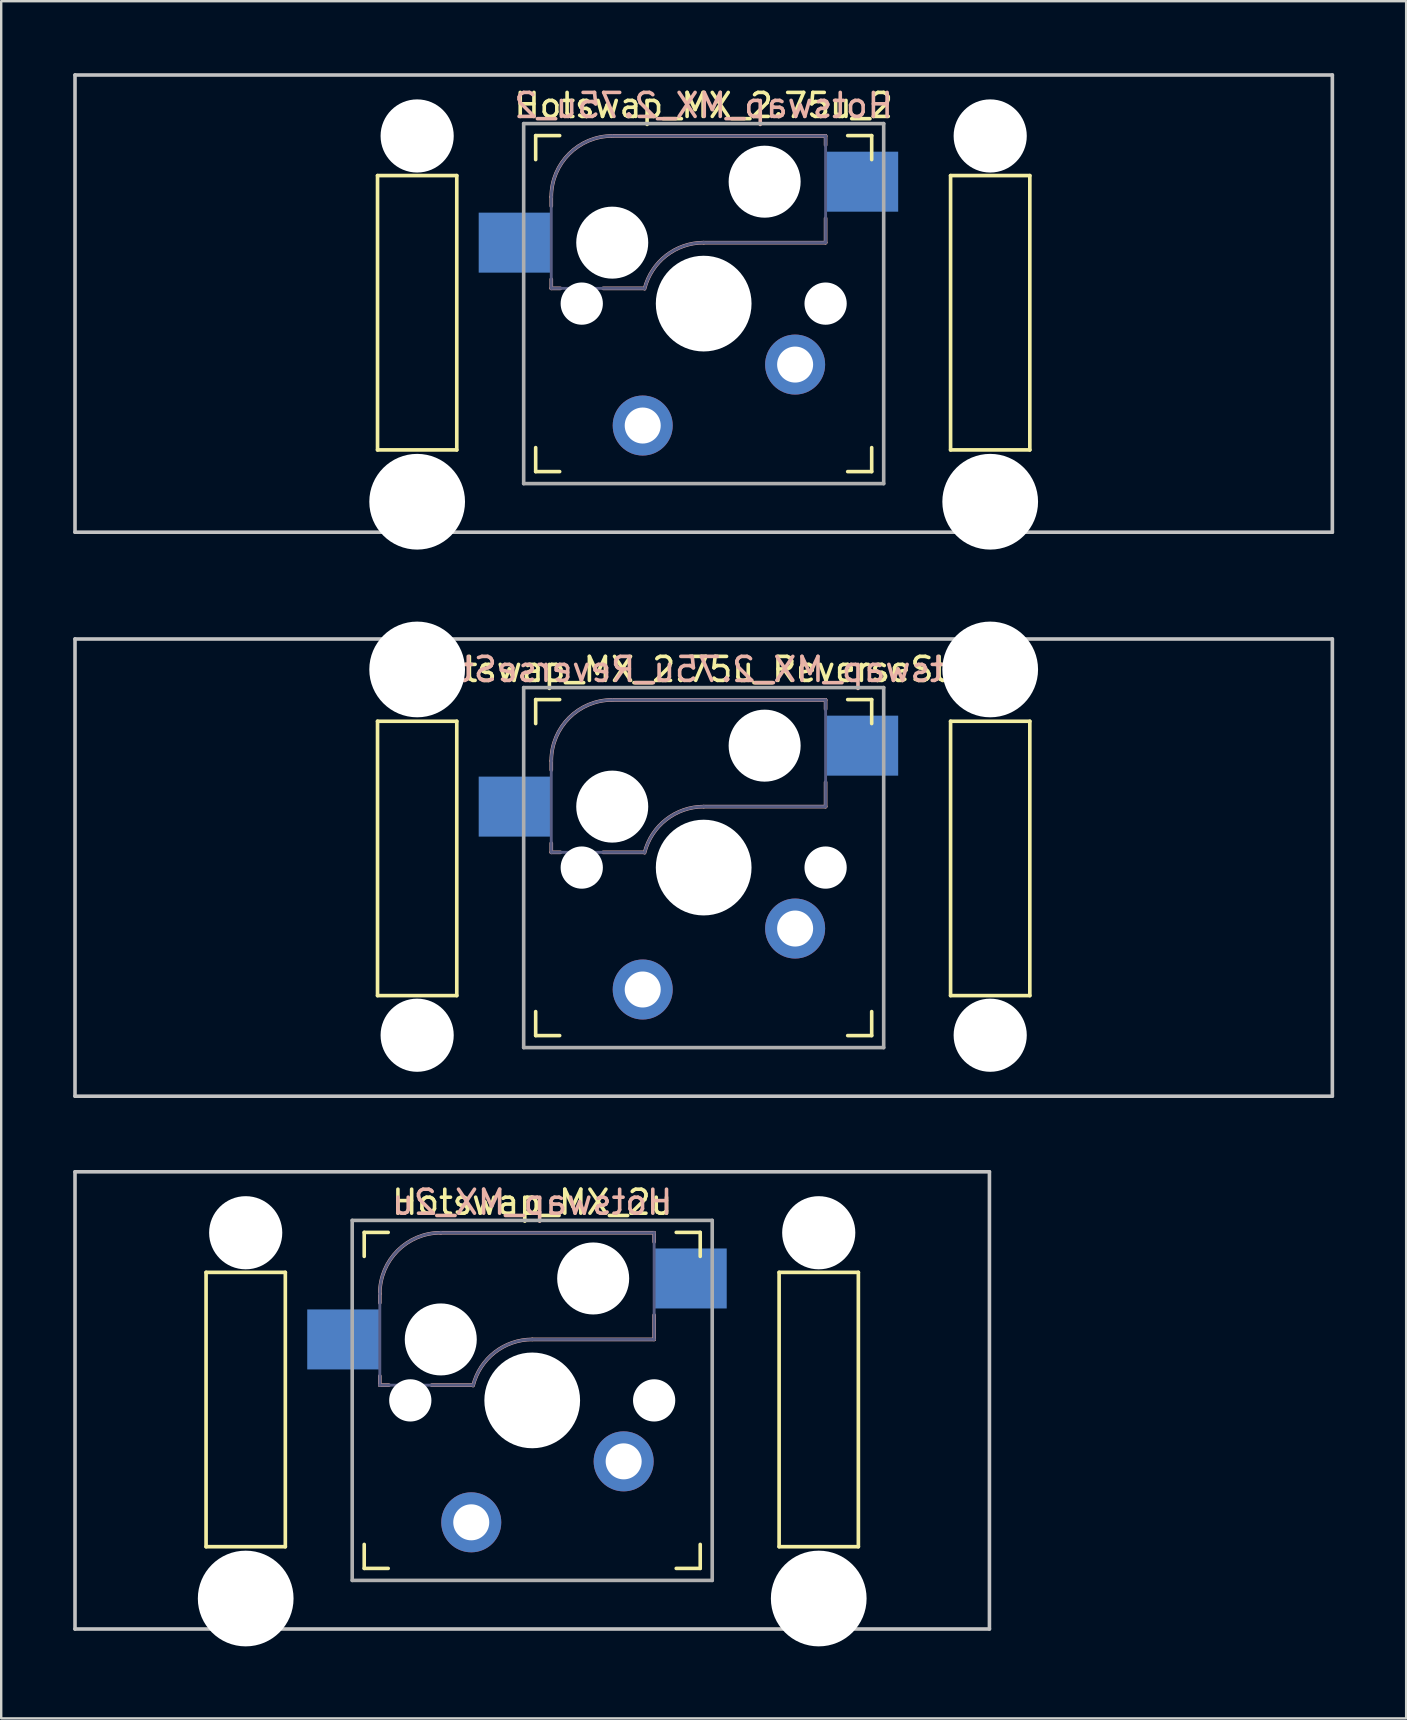
<source format=kicad_pcb>
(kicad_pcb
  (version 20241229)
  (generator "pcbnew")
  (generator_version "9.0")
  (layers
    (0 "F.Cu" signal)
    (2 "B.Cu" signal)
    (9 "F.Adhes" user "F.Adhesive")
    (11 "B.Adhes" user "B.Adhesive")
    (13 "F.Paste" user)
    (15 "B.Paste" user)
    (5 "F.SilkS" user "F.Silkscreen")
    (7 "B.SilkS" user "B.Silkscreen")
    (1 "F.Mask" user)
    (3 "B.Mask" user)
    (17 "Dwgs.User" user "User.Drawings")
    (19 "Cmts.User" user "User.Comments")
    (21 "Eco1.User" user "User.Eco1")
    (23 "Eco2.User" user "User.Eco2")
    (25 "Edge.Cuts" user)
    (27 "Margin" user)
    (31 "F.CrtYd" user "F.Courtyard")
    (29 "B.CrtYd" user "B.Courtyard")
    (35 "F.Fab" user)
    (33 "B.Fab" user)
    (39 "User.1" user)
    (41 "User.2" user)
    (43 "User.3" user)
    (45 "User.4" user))
  (footprint "Hotswap_MX_2.75u_ReverseStab"
    (layer "F.Cu")
    (at 26.269 33.098)
    (property "Reference" "Hotswap_MX_2.75u_ReverseStab" (at 0 -8.255 0) (layer "F.SilkS") (effects (font (size 1 1) (thickness 0.15))))
    (attr through_hole)
    (fp_line (start -13.589 -6.096) (end -13.589 5.334) (stroke (width 0.152) (type solid)) (layer "F.SilkS"))
    (fp_line (start -13.589 5.334) (end -10.287 5.334) (stroke (width 0.152) (type solid)) (layer "F.SilkS"))
    (fp_line (start -10.287 -6.096) (end -13.589 -6.096) (stroke (width 0.152) (type solid)) (layer "F.SilkS"))
    (fp_line (start -10.287 5.334) (end -10.287 -6.096) (stroke (width 0.152) (type solid)) (layer "F.SilkS"))
    (fp_line (start -7 -6) (end -7 -7) (stroke (width 0.15) (type solid)) (layer "F.SilkS"))
    (fp_line (start -7 7) (end -7 6) (stroke (width 0.15) (type solid)) (layer "F.SilkS"))
    (fp_line (start -7 7) (end -6 7) (stroke (width 0.15) (type solid)) (layer "F.SilkS"))
    (fp_line (start -6 -7) (end -7 -7) (stroke (width 0.15) (type solid)) (layer "F.SilkS"))
    (fp_line (start 6 7) (end 7 7) (stroke (width 0.15) (type solid)) (layer "F.SilkS"))
    (fp_line (start 7 -7) (end 6 -7) (stroke (width 0.15) (type solid)) (layer "F.SilkS"))
    (fp_line (start 7 -7) (end 7 -6) (stroke (width 0.15) (type solid)) (layer "F.SilkS"))
    (fp_line (start 7 6) (end 7 7) (stroke (width 0.15) (type solid)) (layer "F.SilkS"))
    (fp_line (start 10.287 -6.096) (end 10.287 5.334) (stroke (width 0.152) (type solid)) (layer "F.SilkS"))
    (fp_line (start 10.287 5.334) (end 13.589 5.334) (stroke (width 0.152) (type solid)) (layer "F.SilkS"))
    (fp_line (start 13.589 -6.096) (end 10.287 -6.096) (stroke (width 0.152) (type solid)) (layer "F.SilkS"))
    (fp_line (start 13.589 5.334) (end 13.589 -6.096) (stroke (width 0.152) (type solid)) (layer "F.SilkS"))
    (fp_line (start -6.35 -4.445) (end -6.35 -4.064) (stroke (width 0.15) (type solid)) (layer "B.SilkS"))
    (fp_line (start -6.35 -1.016) (end -6.35 -0.635) (stroke (width 0.15) (type solid)) (layer "B.SilkS"))
    (fp_line (start -6.35 -0.635) (end -5.969 -0.635) (stroke (width 0.15) (type solid)) (layer "B.SilkS"))
    (fp_line (start -4.191 -0.635) (end -2.54 -0.635) (stroke (width 0.15) (type solid)) (layer "B.SilkS"))
    (fp_line (start 0 -2.54) (end 5.08 -2.54) (stroke (width 0.15) (type solid)) (layer "B.SilkS"))
    (fp_line (start 5.08 -6.985) (end -3.81 -6.985) (stroke (width 0.15) (type solid)) (layer "B.SilkS"))
    (fp_line (start 5.08 -6.604) (end 5.08 -6.985) (stroke (width 0.15) (type solid)) (layer "B.SilkS"))
    (fp_line (start 5.08 -2.54) (end 5.08 -3.556) (stroke (width 0.15) (type solid)) (layer "B.SilkS"))
    (fp_arc (start -6.35 -4.445) (mid -5.606051 -6.241051) (end -3.81 -6.985) (stroke (width 0.15) (type solid)) (layer "B.SilkS"))
    (fp_arc (start -2.464162 -0.61604) (mid -1.563147 -2.002042) (end 0 -2.54) (stroke (width 0.15) (type solid)) (layer "B.SilkS"))
    (fp_line (start -26.194 -9.525) (end 26.194 -9.525) (stroke (width 0.15) (type solid)) (layer "Dwgs.User"))
    (fp_line (start -26.194 9.525) (end -26.194 -9.525) (stroke (width 0.15) (type solid)) (layer "Dwgs.User"))
    (fp_line (start 26.194 -9.525) (end 26.194 9.525) (stroke (width 0.15) (type solid)) (layer "Dwgs.User"))
    (fp_line (start 26.194 9.525) (end -26.194 9.525) (stroke (width 0.15) (type solid)) (layer "Dwgs.User"))
    (fp_line (start -6.9 6.9) (end -6.9 -6.9) (stroke (width 0.15) (type solid)) (layer "Eco2.User"))
    (fp_line (start -6.9 6.9) (end 6.9 6.9) (stroke (width 0.15) (type solid)) (layer "Eco2.User"))
    (fp_line (start 6.9 -6.9) (end -6.9 -6.9) (stroke (width 0.15) (type solid)) (layer "Eco2.User"))
    (fp_line (start 6.9 -6.9) (end 6.9 6.9) (stroke (width 0.15) (type solid)) (layer "Eco2.User"))
    (fp_line (start -6.35 -4.445) (end -6.35 -0.635) (stroke (width 0.12) (type solid)) (layer "B.Fab"))
    (fp_line (start -6.35 -0.635) (end -2.54 -0.635) (stroke (width 0.12) (type solid)) (layer "B.Fab"))
    (fp_line (start 0 -2.54) (end 5.08 -2.54) (stroke (width 0.12) (type solid)) (layer "B.Fab"))
    (fp_line (start 5.08 -6.985) (end -3.81 -6.985) (stroke (width 0.12) (type solid)) (layer "B.Fab"))
    (fp_line (start 5.08 -2.54) (end 5.08 -6.985) (stroke (width 0.12) (type solid)) (layer "B.Fab"))
    (fp_arc (start -6.35 -4.445) (mid -5.606051 -6.241051) (end -3.81 -6.985) (stroke (width 0.12) (type solid)) (layer "B.Fab"))
    (fp_arc (start -2.464162 -0.61604) (mid -1.563147 -2.002042) (end 0 -2.54) (stroke (width 0.12) (type solid)) (layer "B.Fab"))
    (fp_line (start -7.5 -7.5) (end 7.5 -7.5) (stroke (width 0.15) (type solid)) (layer "F.Fab"))
    (fp_line (start -7.5 7.5) (end -7.5 -7.5) (stroke (width 0.15) (type solid)) (layer "F.Fab"))
    (fp_line (start 7.5 -7.5) (end 7.5 7.5) (stroke (width 0.15) (type solid)) (layer "F.Fab"))
    (fp_line (start 7.5 7.5) (end -7.5 7.5) (stroke (width 0.15) (type solid)) (layer "F.Fab"))
    (fp_text user "${REFERENCE}" (at 0 -8.255 0) (layer "B.SilkS") (effects (font (size 1 1) (thickness 0.15)) (justify mirror)))
    (pad "" np_thru_hole circle (at -11.938 -8.255 180) (size 3.988 3.988) (drill 3.988) (layers "*.Cu" "*.Mask"))
    (pad "" np_thru_hole circle (at -11.938 6.985 180) (size 3.048 3.048) (drill 3.048) (layers "*.Cu" "*.Mask"))
    (pad "" np_thru_hole circle (at -5.08 0 180) (size 1.76 1.76) (drill 1.76) (layers "*.Cu" "*.Mask"))
    (pad "" np_thru_hole circle (at -3.81 -2.54 180) (size 3 3) (drill 3) (layers "*.Cu" "*.Mask"))
    (pad "" np_thru_hole circle (at 0 0 180) (size 3.988 3.988) (drill 3.988) (layers "*.Cu" "*.Mask"))
    (pad "" np_thru_hole circle (at 2.54 -5.08 180) (size 3 3) (drill 3) (layers "*.Cu" "*.Mask"))
    (pad "" np_thru_hole circle (at 5.08 0 180) (size 1.76 1.76) (drill 1.76) (layers "*.Cu" "*.Mask"))
    (pad "" np_thru_hole circle (at 11.938 -8.255 180) (size 3.988 3.988) (drill 3.988) (layers "*.Cu" "*.Mask"))
    (pad "" np_thru_hole circle (at 11.938 6.985 180) (size 3.048 3.048) (drill 3.048) (layers "*.Cu" "*.Mask"))
    (pad "1" smd rect (at -7.874 -2.54 180) (size 3 2.5) (layers "B.Cu" "B.Mask" "B.Paste"))
    (pad "1" thru_hole circle (at 3.81 2.54 180) (size 2.5 2.5) (drill 1.5) (layers "*.Cu" "B.Mask"))
    (pad "2" thru_hole circle (at -2.54 5.08 180) (size 2.5 2.5) (drill 1.5) (layers "*.Cu" "B.Mask"))
    (pad "2" smd rect (at 6.604 -5.08 180) (size 3 2.5) (layers "B.Cu" "B.Mask" "B.Paste")))
  (footprint "Hotswap_MX_2u"
    (layer "F.Cu")
    (at 19.125 55.298)
    (property "Reference" "Hotswap_MX_2u" (at 0 -8.255 0) (layer "F.SilkS") (effects (font (size 1 1) (thickness 0.15))))
    (attr through_hole)
    (fp_line (start -13.589 -5.334) (end -13.589 6.096) (stroke (width 0.152) (type solid)) (layer "F.SilkS"))
    (fp_line (start -13.589 6.096) (end -10.287 6.096) (stroke (width 0.152) (type solid)) (layer "F.SilkS"))
    (fp_line (start -10.287 -5.334) (end -13.589 -5.334) (stroke (width 0.152) (type solid)) (layer "F.SilkS"))
    (fp_line (start -10.287 6.096) (end -10.287 -5.334) (stroke (width 0.152) (type solid)) (layer "F.SilkS"))
    (fp_line (start -7 -6) (end -7 -7) (stroke (width 0.15) (type solid)) (layer "F.SilkS"))
    (fp_line (start -7 7) (end -7 6) (stroke (width 0.15) (type solid)) (layer "F.SilkS"))
    (fp_line (start -7 7) (end -6 7) (stroke (width 0.15) (type solid)) (layer "F.SilkS"))
    (fp_line (start -6 -7) (end -7 -7) (stroke (width 0.15) (type solid)) (layer "F.SilkS"))
    (fp_line (start 6 7) (end 7 7) (stroke (width 0.15) (type solid)) (layer "F.SilkS"))
    (fp_line (start 7 -7) (end 6 -7) (stroke (width 0.15) (type solid)) (layer "F.SilkS"))
    (fp_line (start 7 -7) (end 7 -6) (stroke (width 0.15) (type solid)) (layer "F.SilkS"))
    (fp_line (start 7 6) (end 7 7) (stroke (width 0.15) (type solid)) (layer "F.SilkS"))
    (fp_line (start 10.287 -5.334) (end 10.287 6.096) (stroke (width 0.152) (type solid)) (layer "F.SilkS"))
    (fp_line (start 10.287 6.096) (end 13.589 6.096) (stroke (width 0.152) (type solid)) (layer "F.SilkS"))
    (fp_line (start 13.589 -5.334) (end 10.287 -5.334) (stroke (width 0.152) (type solid)) (layer "F.SilkS"))
    (fp_line (start 13.589 6.096) (end 13.589 -5.334) (stroke (width 0.152) (type solid)) (layer "F.SilkS"))
    (fp_line (start -6.35 -4.445) (end -6.35 -4.064) (stroke (width 0.15) (type solid)) (layer "B.SilkS"))
    (fp_line (start -6.35 -1.016) (end -6.35 -0.635) (stroke (width 0.15) (type solid)) (layer "B.SilkS"))
    (fp_line (start -6.35 -0.635) (end -5.969 -0.635) (stroke (width 0.15) (type solid)) (layer "B.SilkS"))
    (fp_line (start -4.191 -0.635) (end -2.54 -0.635) (stroke (width 0.15) (type solid)) (layer "B.SilkS"))
    (fp_line (start 0 -2.54) (end 5.08 -2.54) (stroke (width 0.15) (type solid)) (layer "B.SilkS"))
    (fp_line (start 5.08 -6.985) (end -3.81 -6.985) (stroke (width 0.15) (type solid)) (layer "B.SilkS"))
    (fp_line (start 5.08 -6.604) (end 5.08 -6.985) (stroke (width 0.15) (type solid)) (layer "B.SilkS"))
    (fp_line (start 5.08 -2.54) (end 5.08 -3.556) (stroke (width 0.15) (type solid)) (layer "B.SilkS"))
    (fp_arc (start -6.35 -4.445) (mid -5.606051 -6.241051) (end -3.81 -6.985) (stroke (width 0.15) (type solid)) (layer "B.SilkS"))
    (fp_arc (start -2.464162 -0.61604) (mid -1.563147 -2.002042) (end 0 -2.54) (stroke (width 0.15) (type solid)) (layer "B.SilkS"))
    (fp_line (start -19.05 -9.525) (end 19.05 -9.525) (stroke (width 0.15) (type solid)) (layer "Dwgs.User"))
    (fp_line (start -19.05 9.525) (end -19.05 -9.525) (stroke (width 0.15) (type solid)) (layer "Dwgs.User"))
    (fp_line (start -19.05 9.525) (end 19.05 9.525) (stroke (width 0.15) (type solid)) (layer "Dwgs.User"))
    (fp_line (start 19.05 -9.525) (end 19.05 9.525) (stroke (width 0.15) (type solid)) (layer "Dwgs.User"))
    (fp_line (start -6.9 6.9) (end -6.9 -6.9) (stroke (width 0.15) (type solid)) (layer "Eco2.User"))
    (fp_line (start -6.9 6.9) (end 6.9 6.9) (stroke (width 0.15) (type solid)) (layer "Eco2.User"))
    (fp_line (start 6.9 -6.9) (end -6.9 -6.9) (stroke (width 0.15) (type solid)) (layer "Eco2.User"))
    (fp_line (start 6.9 -6.9) (end 6.9 6.9) (stroke (width 0.15) (type solid)) (layer "Eco2.User"))
    (fp_line (start -6.35 -4.445) (end -6.35 -0.635) (stroke (width 0.12) (type solid)) (layer "B.Fab"))
    (fp_line (start -6.35 -0.635) (end -2.54 -0.635) (stroke (width 0.12) (type solid)) (layer "B.Fab"))
    (fp_line (start 0 -2.54) (end 5.08 -2.54) (stroke (width 0.12) (type solid)) (layer "B.Fab"))
    (fp_line (start 5.08 -6.985) (end -3.81 -6.985) (stroke (width 0.12) (type solid)) (layer "B.Fab"))
    (fp_line (start 5.08 -2.54) (end 5.08 -6.985) (stroke (width 0.12) (type solid)) (layer "B.Fab"))
    (fp_arc (start -6.35 -4.445) (mid -5.606051 -6.241051) (end -3.81 -6.985) (stroke (width 0.12) (type solid)) (layer "B.Fab"))
    (fp_arc (start -2.464162 -0.61604) (mid -1.563147 -2.002042) (end 0 -2.54) (stroke (width 0.12) (type solid)) (layer "B.Fab"))
    (fp_line (start -7.5 -7.5) (end 7.5 -7.5) (stroke (width 0.15) (type solid)) (layer "F.Fab"))
    (fp_line (start -7.5 7.5) (end -7.5 -7.5) (stroke (width 0.15) (type solid)) (layer "F.Fab"))
    (fp_line (start 7.5 -7.5) (end 7.5 7.5) (stroke (width 0.15) (type solid)) (layer "F.Fab"))
    (fp_line (start 7.5 7.5) (end -7.5 7.5) (stroke (width 0.15) (type solid)) (layer "F.Fab"))
    (fp_text user "${REFERENCE}" (at 0 -8.255 0) (layer "B.SilkS") (effects (font (size 1 1) (thickness 0.15)) (justify mirror)))
    (pad "" np_thru_hole circle (at -11.938 -6.985) (size 3.048 3.048) (drill 3.048) (layers "*.Cu" "*.Mask"))
    (pad "" np_thru_hole circle (at -11.938 8.255) (size 3.988 3.988) (drill 3.988) (layers "*.Cu" "*.Mask"))
    (pad "" np_thru_hole circle (at -5.08 0 180) (size 1.76 1.76) (drill 1.76) (layers "*.Cu" "*.Mask"))
    (pad "" np_thru_hole circle (at -3.81 -2.54 180) (size 3 3) (drill 3) (layers "*.Cu" "*.Mask"))
    (pad "" np_thru_hole circle (at 0 0 180) (size 3.988 3.988) (drill 3.988) (layers "*.Cu" "*.Mask"))
    (pad "" np_thru_hole circle (at 2.54 -5.08 180) (size 3 3) (drill 3) (layers "*.Cu" "*.Mask"))
    (pad "" np_thru_hole circle (at 5.08 0 180) (size 1.76 1.76) (drill 1.76) (layers "*.Cu" "*.Mask"))
    (pad "" np_thru_hole circle (at 11.938 -6.985) (size 3.048 3.048) (drill 3.048) (layers "*.Cu" "*.Mask"))
    (pad "" np_thru_hole circle (at 11.938 8.255) (size 3.988 3.988) (drill 3.988) (layers "*.Cu" "*.Mask"))
    (pad "1" smd rect (at -7.874 -2.54 180) (size 3 2.5) (layers "B.Cu" "B.Mask" "B.Paste"))
    (pad "1" thru_hole circle (at 3.81 2.54 180) (size 2.5 2.5) (drill 1.5) (layers "*.Cu" "B.Mask"))
    (pad "2" thru_hole circle (at -2.54 5.08 180) (size 2.5 2.5) (drill 1.5) (layers "*.Cu" "B.Mask"))
    (pad "2" smd rect (at 6.604 -5.08 180) (size 3 2.5) (layers "B.Cu" "B.Mask" "B.Paste")))
  (footprint "Hotswap_MX_2.75u_2"
    (layer "F.Cu")
    (at 26.269 9.6)
    (property "Reference" "Hotswap_MX_2.75u_2" (at 0 -8.255 0) (layer "F.SilkS") (effects (font (size 1 1) (thickness 0.15))))
    (attr through_hole)
    (fp_line (start -13.589 -5.334) (end -13.589 6.096) (stroke (width 0.152) (type solid)) (layer "F.SilkS"))
    (fp_line (start -13.589 6.096) (end -10.287 6.096) (stroke (width 0.152) (type solid)) (layer "F.SilkS"))
    (fp_line (start -10.287 -5.334) (end -13.589 -5.334) (stroke (width 0.152) (type solid)) (layer "F.SilkS"))
    (fp_line (start -10.287 6.096) (end -10.287 -5.334) (stroke (width 0.152) (type solid)) (layer "F.SilkS"))
    (fp_line (start -7 -6) (end -7 -7) (stroke (width 0.15) (type solid)) (layer "F.SilkS"))
    (fp_line (start -7 7) (end -7 6) (stroke (width 0.15) (type solid)) (layer "F.SilkS"))
    (fp_line (start -7 7) (end -6 7) (stroke (width 0.15) (type solid)) (layer "F.SilkS"))
    (fp_line (start -6 -7) (end -7 -7) (stroke (width 0.15) (type solid)) (layer "F.SilkS"))
    (fp_line (start 6 7) (end 7 7) (stroke (width 0.15) (type solid)) (layer "F.SilkS"))
    (fp_line (start 7 -7) (end 6 -7) (stroke (width 0.15) (type solid)) (layer "F.SilkS"))
    (fp_line (start 7 -7) (end 7 -6) (stroke (width 0.15) (type solid)) (layer "F.SilkS"))
    (fp_line (start 7 6) (end 7 7) (stroke (width 0.15) (type solid)) (layer "F.SilkS"))
    (fp_line (start 10.287 -5.334) (end 10.287 6.096) (stroke (width 0.152) (type solid)) (layer "F.SilkS"))
    (fp_line (start 10.287 6.096) (end 13.589 6.096) (stroke (width 0.152) (type solid)) (layer "F.SilkS"))
    (fp_line (start 13.589 -5.334) (end 10.287 -5.334) (stroke (width 0.152) (type solid)) (layer "F.SilkS"))
    (fp_line (start 13.589 6.096) (end 13.589 -5.334) (stroke (width 0.152) (type solid)) (layer "F.SilkS"))
    (fp_line (start -6.35 -4.445) (end -6.35 -4.064) (stroke (width 0.15) (type solid)) (layer "B.SilkS"))
    (fp_line (start -6.35 -1.016) (end -6.35 -0.635) (stroke (width 0.15) (type solid)) (layer "B.SilkS"))
    (fp_line (start -6.35 -0.635) (end -5.969 -0.635) (stroke (width 0.15) (type solid)) (layer "B.SilkS"))
    (fp_line (start -4.191 -0.635) (end -2.54 -0.635) (stroke (width 0.15) (type solid)) (layer "B.SilkS"))
    (fp_line (start 0 -2.54) (end 5.08 -2.54) (stroke (width 0.15) (type solid)) (layer "B.SilkS"))
    (fp_line (start 5.08 -6.985) (end -3.81 -6.985) (stroke (width 0.15) (type solid)) (layer "B.SilkS"))
    (fp_line (start 5.08 -6.604) (end 5.08 -6.985) (stroke (width 0.15) (type solid)) (layer "B.SilkS"))
    (fp_line (start 5.08 -2.54) (end 5.08 -3.556) (stroke (width 0.15) (type solid)) (layer "B.SilkS"))
    (fp_arc (start -6.35 -4.445) (mid -5.606051 -6.241051) (end -3.81 -6.985) (stroke (width 0.15) (type solid)) (layer "B.SilkS"))
    (fp_arc (start -2.464162 -0.61604) (mid -1.563147 -2.002042) (end 0 -2.54) (stroke (width 0.15) (type solid)) (layer "B.SilkS"))
    (fp_line (start -26.194 -9.525) (end 26.194 -9.525) (stroke (width 0.15) (type solid)) (layer "Dwgs.User"))
    (fp_line (start -26.194 9.525) (end -26.194 -9.525) (stroke (width 0.15) (type solid)) (layer "Dwgs.User"))
    (fp_line (start -26.194 9.525) (end 26.194 9.525) (stroke (width 0.15) (type solid)) (layer "Dwgs.User"))
    (fp_line (start 26.194 -9.525) (end 26.194 9.525) (stroke (width 0.15) (type solid)) (layer "Dwgs.User"))
    (fp_line (start -6.9 6.9) (end -6.9 -6.9) (stroke (width 0.15) (type solid)) (layer "Eco2.User"))
    (fp_line (start -6.9 6.9) (end 6.9 6.9) (stroke (width 0.15) (type solid)) (layer "Eco2.User"))
    (fp_line (start 6.9 -6.9) (end -6.9 -6.9) (stroke (width 0.15) (type solid)) (layer "Eco2.User"))
    (fp_line (start 6.9 -6.9) (end 6.9 6.9) (stroke (width 0.15) (type solid)) (layer "Eco2.User"))
    (fp_line (start -6.35 -4.445) (end -6.35 -0.635) (stroke (width 0.12) (type solid)) (layer "B.Fab"))
    (fp_line (start -6.35 -0.635) (end -2.54 -0.635) (stroke (width 0.12) (type solid)) (layer "B.Fab"))
    (fp_line (start 0 -2.54) (end 5.08 -2.54) (stroke (width 0.12) (type solid)) (layer "B.Fab"))
    (fp_line (start 5.08 -6.985) (end -3.81 -6.985) (stroke (width 0.12) (type solid)) (layer "B.Fab"))
    (fp_line (start 5.08 -2.54) (end 5.08 -6.985) (stroke (width 0.12) (type solid)) (layer "B.Fab"))
    (fp_arc (start -6.35 -4.445) (mid -5.606051 -6.241051) (end -3.81 -6.985) (stroke (width 0.12) (type solid)) (layer "B.Fab"))
    (fp_arc (start -2.464162 -0.61604) (mid -1.563147 -2.002042) (end 0 -2.54) (stroke (width 0.12) (type solid)) (layer "B.Fab"))
    (fp_line (start -7.5 -7.5) (end 7.5 -7.5) (stroke (width 0.15) (type solid)) (layer "F.Fab"))
    (fp_line (start -7.5 7.5) (end -7.5 -7.5) (stroke (width 0.15) (type solid)) (layer "F.Fab"))
    (fp_line (start 7.5 -7.5) (end 7.5 7.5) (stroke (width 0.15) (type solid)) (layer "F.Fab"))
    (fp_line (start 7.5 7.5) (end -7.5 7.5) (stroke (width 0.15) (type solid)) (layer "F.Fab"))
    (fp_text user "${REFERENCE}" (at 0 -8.255 0) (layer "B.SilkS") (effects (font (size 1 1) (thickness 0.15)) (justify mirror)))
    (pad "" np_thru_hole circle (at -11.938 -6.985) (size 3.048 3.048) (drill 3.048) (layers "*.Cu" "*.Mask"))
    (pad "" np_thru_hole circle (at -11.938 8.255) (size 3.988 3.988) (drill 3.988) (layers "*.Cu" "*.Mask"))
    (pad "" np_thru_hole circle (at -5.08 0 180) (size 1.76 1.76) (drill 1.76) (layers "*.Cu" "*.Mask"))
    (pad "" np_thru_hole circle (at -3.81 -2.54 180) (size 3 3) (drill 3) (layers "*.Cu" "*.Mask"))
    (pad "" np_thru_hole circle (at 0 0 180) (size 3.988 3.988) (drill 3.988) (layers "*.Cu" "*.Mask"))
    (pad "" np_thru_hole circle (at 2.54 -5.08 180) (size 3 3) (drill 3) (layers "*.Cu" "*.Mask"))
    (pad "" np_thru_hole circle (at 5.08 0 180) (size 1.76 1.76) (drill 1.76) (layers "*.Cu" "*.Mask"))
    (pad "" np_thru_hole circle (at 11.938 -6.985) (size 3.048 3.048) (drill 3.048) (layers "*.Cu" "*.Mask"))
    (pad "" np_thru_hole circle (at 11.938 8.255) (size 3.988 3.988) (drill 3.988) (layers "*.Cu" "*.Mask"))
    (pad "1" smd rect (at -7.874 -2.54 180) (size 3 2.5) (layers "B.Cu" "B.Mask"))
    (pad "1" thru_hole circle (at 3.81 2.54 180) (size 2.5 2.5) (drill 1.5) (layers "*.Cu" "B.Mask"))
    (pad "2" thru_hole circle (at -2.54 5.08 180) (size 2.5 2.5) (drill 1.5) (layers "*.Cu" "B.Mask"))
    (pad "2" smd rect (at 6.604 -5.08 180) (size 3 2.5) (layers "B.Cu" "B.Mask")))
  (gr_rect
    (start -3 -3)
    (end 55.538 68.547)
    (stroke (width 0.1) (type default))
    (fill no)
    (layer "Edge.Cuts")))
</source>
